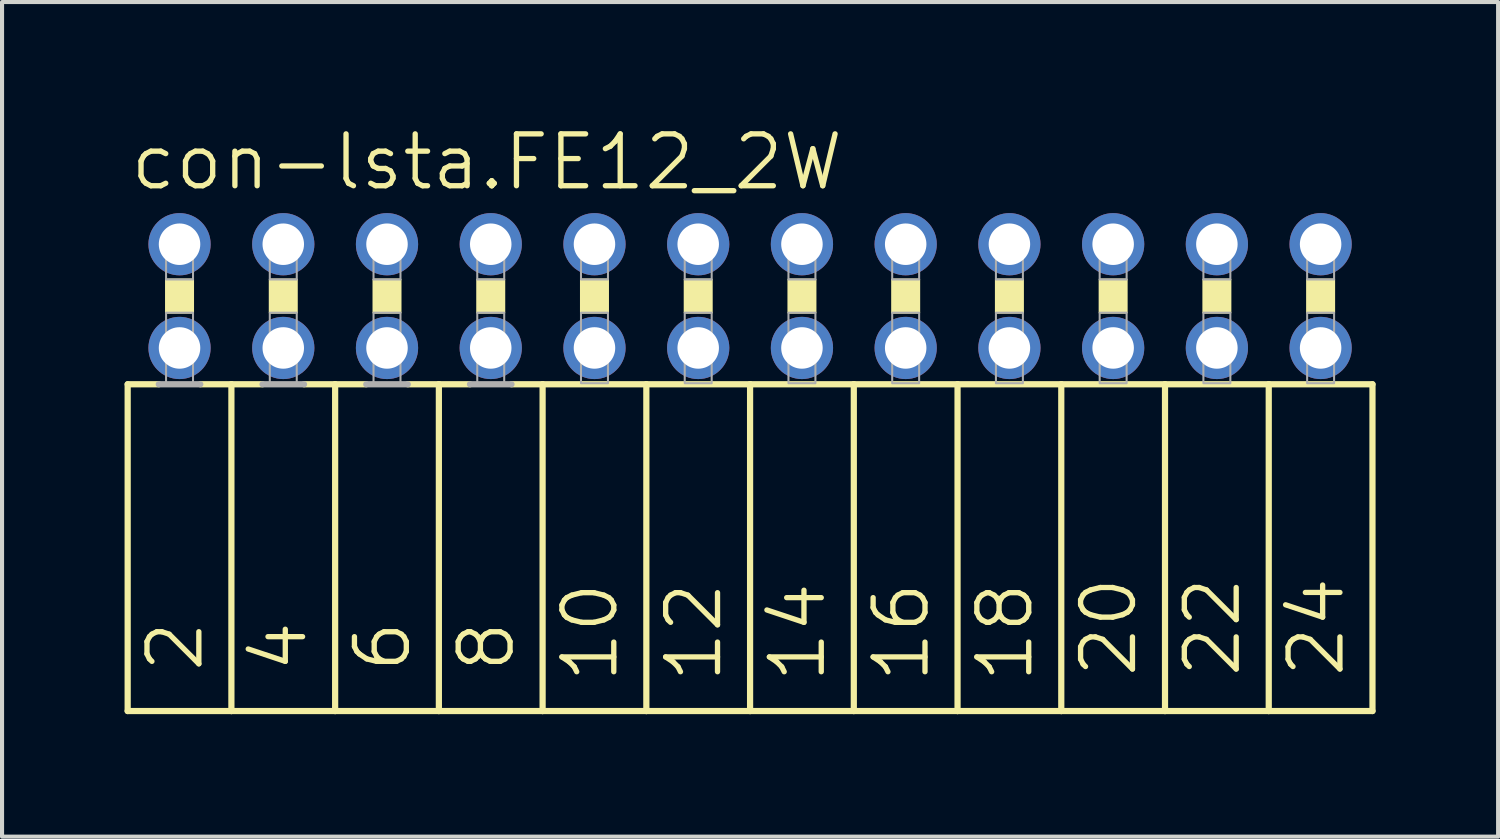
<source format=kicad_pcb>
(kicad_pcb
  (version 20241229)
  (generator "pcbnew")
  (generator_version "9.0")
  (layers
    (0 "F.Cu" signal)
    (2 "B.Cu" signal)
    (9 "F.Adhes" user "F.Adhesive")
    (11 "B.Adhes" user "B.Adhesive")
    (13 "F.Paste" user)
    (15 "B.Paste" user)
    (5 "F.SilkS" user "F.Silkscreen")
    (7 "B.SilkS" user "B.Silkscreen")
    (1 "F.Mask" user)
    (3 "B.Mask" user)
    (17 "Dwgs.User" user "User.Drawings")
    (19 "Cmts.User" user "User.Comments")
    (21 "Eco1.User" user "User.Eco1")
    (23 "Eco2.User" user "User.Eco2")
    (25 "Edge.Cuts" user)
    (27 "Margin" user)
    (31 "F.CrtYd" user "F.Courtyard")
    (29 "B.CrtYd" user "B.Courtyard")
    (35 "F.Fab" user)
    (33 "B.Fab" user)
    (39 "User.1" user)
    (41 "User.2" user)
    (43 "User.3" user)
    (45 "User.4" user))
  (footprint "con-lsta.FE12_2W"
    (layer "F.Cu")
    (at 15.316 4.2)
    (property "Reference" "con-lsta.FE12_2W" (at -15.24 -2.54 0) (layer "F.SilkS") (effects (font (size 1.27 1.27) (thickness 0.13)) (justify left bottom)))
    (attr through_hole)
    (fp_line (start -15.24 2.159) (end -15.24 10.16) (stroke (width 0.152) (type default)) (layer "F.SilkS"))
    (fp_line (start -15.24 2.159) (end -14.478 2.159) (stroke (width 0.152) (type default)) (layer "F.SilkS"))
    (fp_line (start -13.462 2.159) (end -12.7 2.159) (stroke (width 0.152) (type default)) (layer "F.SilkS"))
    (fp_line (start -12.7 2.159) (end -12.7 10.16) (stroke (width 0.152) (type default)) (layer "F.SilkS"))
    (fp_line (start -12.7 2.159) (end -11.938 2.159) (stroke (width 0.152) (type default)) (layer "F.SilkS"))
    (fp_line (start -12.7 10.16) (end -15.24 10.16) (stroke (width 0.152) (type default)) (layer "F.SilkS"))
    (fp_line (start -10.922 2.159) (end -10.16 2.159) (stroke (width 0.152) (type default)) (layer "F.SilkS"))
    (fp_line (start -10.16 2.159) (end -10.16 10.16) (stroke (width 0.152) (type default)) (layer "F.SilkS"))
    (fp_line (start -10.16 2.159) (end -9.398 2.159) (stroke (width 0.152) (type default)) (layer "F.SilkS"))
    (fp_line (start -10.16 10.16) (end -12.7 10.16) (stroke (width 0.152) (type default)) (layer "F.SilkS"))
    (fp_line (start -8.382 2.159) (end -7.62 2.159) (stroke (width 0.152) (type default)) (layer "F.SilkS"))
    (fp_line (start -7.62 2.159) (end -7.62 10.16) (stroke (width 0.152) (type default)) (layer "F.SilkS"))
    (fp_line (start -7.62 10.16) (end -10.16 10.16) (stroke (width 0.152) (type default)) (layer "F.SilkS"))
    (fp_line (start -6.858 2.159) (end -7.62 2.159) (stroke (width 0.152) (type default)) (layer "F.SilkS"))
    (fp_line (start -5.08 2.159) (end -5.842 2.159) (stroke (width 0.152) (type default)) (layer "F.SilkS"))
    (fp_line (start -5.08 2.159) (end -5.08 10.16) (stroke (width 0.152) (type default)) (layer "F.SilkS"))
    (fp_line (start -5.08 2.159) (end -2.54 2.159) (stroke (width 0.152) (type default)) (layer "F.SilkS"))
    (fp_line (start -5.08 10.16) (end -7.62 10.16) (stroke (width 0.152) (type default)) (layer "F.SilkS"))
    (fp_line (start -2.54 2.159) (end -2.54 10.16) (stroke (width 0.152) (type default)) (layer "F.SilkS"))
    (fp_line (start -2.54 2.159) (end 0 2.159) (stroke (width 0.152) (type default)) (layer "F.SilkS"))
    (fp_line (start -2.54 10.16) (end -5.08 10.16) (stroke (width 0.152) (type default)) (layer "F.SilkS"))
    (fp_line (start 0 2.159) (end 0 10.16) (stroke (width 0.152) (type default)) (layer "F.SilkS"))
    (fp_line (start 0 2.159) (end 2.54 2.159) (stroke (width 0.152) (type default)) (layer "F.SilkS"))
    (fp_line (start 0 10.16) (end -2.54 10.16) (stroke (width 0.152) (type default)) (layer "F.SilkS"))
    (fp_line (start 2.54 2.159) (end 2.54 10.16) (stroke (width 0.152) (type default)) (layer "F.SilkS"))
    (fp_line (start 2.54 2.159) (end 5.08 2.159) (stroke (width 0.152) (type default)) (layer "F.SilkS"))
    (fp_line (start 2.54 10.16) (end 0 10.16) (stroke (width 0.152) (type default)) (layer "F.SilkS"))
    (fp_line (start 5.08 2.159) (end 5.08 10.16) (stroke (width 0.152) (type default)) (layer "F.SilkS"))
    (fp_line (start 5.08 10.16) (end 2.54 10.16) (stroke (width 0.152) (type default)) (layer "F.SilkS"))
    (fp_line (start 7.62 2.159) (end 5.08 2.159) (stroke (width 0.152) (type default)) (layer "F.SilkS"))
    (fp_line (start 7.62 2.159) (end 7.62 10.16) (stroke (width 0.152) (type default)) (layer "F.SilkS"))
    (fp_line (start 7.62 2.159) (end 10.16 2.159) (stroke (width 0.152) (type default)) (layer "F.SilkS"))
    (fp_line (start 7.62 10.16) (end 5.08 10.16) (stroke (width 0.152) (type default)) (layer "F.SilkS"))
    (fp_line (start 10.16 2.159) (end 10.16 10.16) (stroke (width 0.152) (type default)) (layer "F.SilkS"))
    (fp_line (start 10.16 2.159) (end 12.7 2.159) (stroke (width 0.152) (type default)) (layer "F.SilkS"))
    (fp_line (start 10.16 10.16) (end 7.62 10.16) (stroke (width 0.152) (type default)) (layer "F.SilkS"))
    (fp_line (start 12.7 2.159) (end 12.7 10.16) (stroke (width 0.152) (type default)) (layer "F.SilkS"))
    (fp_line (start 12.7 2.159) (end 15.24 2.159) (stroke (width 0.152) (type default)) (layer "F.SilkS"))
    (fp_line (start 12.7 10.16) (end 10.16 10.16) (stroke (width 0.152) (type default)) (layer "F.SilkS"))
    (fp_line (start 15.24 2.159) (end 15.24 10.16) (stroke (width 0.152) (type default)) (layer "F.SilkS"))
    (fp_line (start 15.24 10.16) (end 12.7 10.16) (stroke (width 0.152) (type default)) (layer "F.SilkS"))
    (fp_rect (start -14.3 0.406) (end -13.64 -0.406) (stroke (width 0.05) (type default)) (fill yes) (layer "F.SilkS"))
    (fp_rect (start -11.76 0.406) (end -11.1 -0.406) (stroke (width 0.05) (type default)) (fill yes) (layer "F.SilkS"))
    (fp_rect (start -9.22 0.406) (end -8.56 -0.406) (stroke (width 0.05) (type default)) (fill yes) (layer "F.SilkS"))
    (fp_rect (start -6.68 0.406) (end -6.02 -0.406) (stroke (width 0.05) (type default)) (fill yes) (layer "F.SilkS"))
    (fp_rect (start -4.14 0.406) (end -3.48 -0.406) (stroke (width 0.05) (type default)) (fill yes) (layer "F.SilkS"))
    (fp_rect (start -1.6 0.406) (end -0.94 -0.406) (stroke (width 0.05) (type default)) (fill yes) (layer "F.SilkS"))
    (fp_rect (start 0.94 0.406) (end 1.6 -0.406) (stroke (width 0.05) (type default)) (fill yes) (layer "F.SilkS"))
    (fp_rect (start 3.48 0.406) (end 4.14 -0.406) (stroke (width 0.05) (type default)) (fill yes) (layer "F.SilkS"))
    (fp_rect (start 6.02 0.406) (end 6.68 -0.406) (stroke (width 0.05) (type default)) (fill yes) (layer "F.SilkS"))
    (fp_rect (start 8.56 0.406) (end 9.22 -0.406) (stroke (width 0.05) (type default)) (fill yes) (layer "F.SilkS"))
    (fp_rect (start 11.1 0.406) (end 11.76 -0.406) (stroke (width 0.05) (type default)) (fill yes) (layer "F.SilkS"))
    (fp_rect (start 13.64 0.406) (end 14.3 -0.406) (stroke (width 0.05) (type default)) (fill yes) (layer "F.SilkS"))
    (fp_line (start -14.478 2.159) (end -13.462 2.159) (stroke (width 0.152) (type default)) (layer "F.Fab"))
    (fp_line (start -11.938 2.159) (end -10.922 2.159) (stroke (width 0.152) (type default)) (layer "F.Fab"))
    (fp_line (start -9.398 2.159) (end -8.382 2.159) (stroke (width 0.152) (type default)) (layer "F.Fab"))
    (fp_line (start -5.842 2.159) (end -6.858 2.159) (stroke (width 0.152) (type default)) (layer "F.Fab"))
    (fp_rect (start -14.3 -0.406) (end -13.64 -1.575) (stroke (width 0.05) (type default)) (fill no) (layer "F.Fab"))
    (fp_rect (start -14.3 2.134) (end -13.64 0.406) (stroke (width 0.05) (type default)) (fill no) (layer "F.Fab"))
    (fp_rect (start -11.76 -0.406) (end -11.1 -1.575) (stroke (width 0.05) (type default)) (fill no) (layer "F.Fab"))
    (fp_rect (start -11.76 2.134) (end -11.1 0.406) (stroke (width 0.05) (type default)) (fill no) (layer "F.Fab"))
    (fp_rect (start -9.22 -0.406) (end -8.56 -1.575) (stroke (width 0.05) (type default)) (fill no) (layer "F.Fab"))
    (fp_rect (start -9.22 2.134) (end -8.56 0.406) (stroke (width 0.05) (type default)) (fill no) (layer "F.Fab"))
    (fp_rect (start -6.68 -0.406) (end -6.02 -1.575) (stroke (width 0.05) (type default)) (fill no) (layer "F.Fab"))
    (fp_rect (start -6.68 2.134) (end -6.02 0.406) (stroke (width 0.05) (type default)) (fill no) (layer "F.Fab"))
    (fp_rect (start -4.14 -0.406) (end -3.48 -1.575) (stroke (width 0.05) (type default)) (fill no) (layer "F.Fab"))
    (fp_rect (start -4.14 2.134) (end -3.48 0.406) (stroke (width 0.05) (type default)) (fill no) (layer "F.Fab"))
    (fp_rect (start -1.6 -0.406) (end -0.94 -1.575) (stroke (width 0.05) (type default)) (fill no) (layer "F.Fab"))
    (fp_rect (start -1.6 2.134) (end -0.94 0.406) (stroke (width 0.05) (type default)) (fill no) (layer "F.Fab"))
    (fp_rect (start 0.94 -0.406) (end 1.6 -1.575) (stroke (width 0.05) (type default)) (fill no) (layer "F.Fab"))
    (fp_rect (start 0.94 2.134) (end 1.6 0.406) (stroke (width 0.05) (type default)) (fill no) (layer "F.Fab"))
    (fp_rect (start 3.48 -0.406) (end 4.14 -1.575) (stroke (width 0.05) (type default)) (fill no) (layer "F.Fab"))
    (fp_rect (start 3.48 2.134) (end 4.14 0.406) (stroke (width 0.05) (type default)) (fill no) (layer "F.Fab"))
    (fp_rect (start 6.02 -0.406) (end 6.68 -1.575) (stroke (width 0.05) (type default)) (fill no) (layer "F.Fab"))
    (fp_rect (start 6.02 2.134) (end 6.68 0.406) (stroke (width 0.05) (type default)) (fill no) (layer "F.Fab"))
    (fp_rect (start 8.56 -0.406) (end 9.22 -1.575) (stroke (width 0.05) (type default)) (fill no) (layer "F.Fab"))
    (fp_rect (start 8.56 2.134) (end 9.22 0.406) (stroke (width 0.05) (type default)) (fill no) (layer "F.Fab"))
    (fp_rect (start 11.1 -0.406) (end 11.76 -1.575) (stroke (width 0.05) (type default)) (fill no) (layer "F.Fab"))
    (fp_rect (start 11.1 2.134) (end 11.76 0.406) (stroke (width 0.05) (type default)) (fill no) (layer "F.Fab"))
    (fp_rect (start 13.64 -0.406) (end 14.3 -1.575) (stroke (width 0.05) (type default)) (fill no) (layer "F.Fab"))
    (fp_rect (start 13.64 2.134) (end 14.3 0.406) (stroke (width 0.05) (type default)) (fill no) (layer "F.Fab"))
    (fp_text user "10" (at -3.175 9.525 90) (layer "F.SilkS") (effects (font (size 1.27 1.27) (thickness 0.13)) (justify left bottom)))
    (fp_text user "20" (at 9.525 9.398 90) (layer "F.SilkS") (effects (font (size 1.27 1.27) (thickness 0.13)) (justify left bottom)))
    (fp_text user "8" (at -5.715 9.271 90) (layer "F.SilkS") (effects (font (size 1.27 1.27) (thickness 0.13)) (justify left bottom)))
    (fp_text user "6" (at -8.255 9.271 90) (layer "F.SilkS") (effects (font (size 1.27 1.27) (thickness 0.13)) (justify left bottom)))
    (fp_text user "2" (at -13.335 9.271 90) (layer "F.SilkS") (effects (font (size 1.27 1.27) (thickness 0.13)) (justify left bottom)))
    (fp_text user "16" (at 4.445 9.525 90) (layer "F.SilkS") (effects (font (size 1.27 1.27) (thickness 0.13)) (justify left bottom)))
    (fp_text user "14" (at 1.905 9.525 90) (layer "F.SilkS") (effects (font (size 1.27 1.27) (thickness 0.13)) (justify left bottom)))
    (fp_text user "12" (at -0.635 9.525 90) (layer "F.SilkS") (effects (font (size 1.27 1.27) (thickness 0.13)) (justify left bottom)))
    (fp_text user "22" (at 12.065 9.398 90) (layer "F.SilkS") (effects (font (size 1.27 1.27) (thickness 0.13)) (justify left bottom)))
    (fp_text user "24" (at 14.605 9.398 90) (layer "F.SilkS") (effects (font (size 1.27 1.27) (thickness 0.13)) (justify left bottom)))
    (fp_text user "18" (at 6.985 9.525 90) (layer "F.SilkS") (effects (font (size 1.27 1.27) (thickness 0.13)) (justify left bottom)))
    (fp_text user "4" (at -10.795 9.271 90) (layer "F.SilkS") (effects (font (size 1.27 1.27) (thickness 0.13)) (justify left bottom)))
    (pad "1" thru_hole circle (at -13.97 -1.27) (size 1.524 1.524) (drill 1.016) (layers "*.Cu" "*.Mask"))
    (pad "2" thru_hole circle (at -13.97 1.27) (size 1.524 1.524) (drill 1.016) (layers "*.Cu" "*.Mask"))
    (pad "3" thru_hole circle (at -11.43 -1.27) (size 1.524 1.524) (drill 1.016) (layers "*.Cu" "*.Mask"))
    (pad "4" thru_hole circle (at -11.43 1.27) (size 1.524 1.524) (drill 1.016) (layers "*.Cu" "*.Mask"))
    (pad "5" thru_hole circle (at -8.89 -1.27) (size 1.524 1.524) (drill 1.016) (layers "*.Cu" "*.Mask"))
    (pad "6" thru_hole circle (at -8.89 1.27) (size 1.524 1.524) (drill 1.016) (layers "*.Cu" "*.Mask"))
    (pad "7" thru_hole circle (at -6.35 -1.27) (size 1.524 1.524) (drill 1.016) (layers "*.Cu" "*.Mask"))
    (pad "8" thru_hole circle (at -6.35 1.27) (size 1.524 1.524) (drill 1.016) (layers "*.Cu" "*.Mask"))
    (pad "9" thru_hole circle (at -3.81 -1.27) (size 1.524 1.524) (drill 1.016) (layers "*.Cu" "*.Mask"))
    (pad "10" thru_hole circle (at -3.81 1.27) (size 1.524 1.524) (drill 1.016) (layers "*.Cu" "*.Mask"))
    (pad "11" thru_hole circle (at -1.27 -1.27) (size 1.524 1.524) (drill 1.016) (layers "*.Cu" "*.Mask"))
    (pad "12" thru_hole circle (at -1.27 1.27) (size 1.524 1.524) (drill 1.016) (layers "*.Cu" "*.Mask"))
    (pad "13" thru_hole circle (at 1.27 -1.27) (size 1.524 1.524) (drill 1.016) (layers "*.Cu" "*.Mask"))
    (pad "14" thru_hole circle (at 1.27 1.27) (size 1.524 1.524) (drill 1.016) (layers "*.Cu" "*.Mask"))
    (pad "15" thru_hole circle (at 3.81 -1.27) (size 1.524 1.524) (drill 1.016) (layers "*.Cu" "*.Mask"))
    (pad "16" thru_hole circle (at 3.81 1.27) (size 1.524 1.524) (drill 1.016) (layers "*.Cu" "*.Mask"))
    (pad "17" thru_hole circle (at 6.35 -1.27) (size 1.524 1.524) (drill 1.016) (layers "*.Cu" "*.Mask"))
    (pad "18" thru_hole circle (at 6.35 1.27) (size 1.524 1.524) (drill 1.016) (layers "*.Cu" "*.Mask"))
    (pad "19" thru_hole circle (at 8.89 -1.27) (size 1.524 1.524) (drill 1.016) (layers "*.Cu" "*.Mask"))
    (pad "20" thru_hole circle (at 8.89 1.27) (size 1.524 1.524) (drill 1.016) (layers "*.Cu" "*.Mask"))
    (pad "21" thru_hole circle (at 11.43 -1.27) (size 1.524 1.524) (drill 1.016) (layers "*.Cu" "*.Mask"))
    (pad "22" thru_hole circle (at 11.43 1.27) (size 1.524 1.524) (drill 1.016) (layers "*.Cu" "*.Mask"))
    (pad "23" thru_hole circle (at 13.97 -1.27) (size 1.524 1.524) (drill 1.016) (layers "*.Cu" "*.Mask"))
    (pad "24" thru_hole circle (at 13.97 1.27) (size 1.524 1.524) (drill 1.016) (layers "*.Cu" "*.Mask")))
  (gr_rect
    (start -3 -3)
    (end 33.632 17.436)
    (stroke (width 0.1) (type default))
    (fill no)
    (layer "Edge.Cuts")))
</source>
